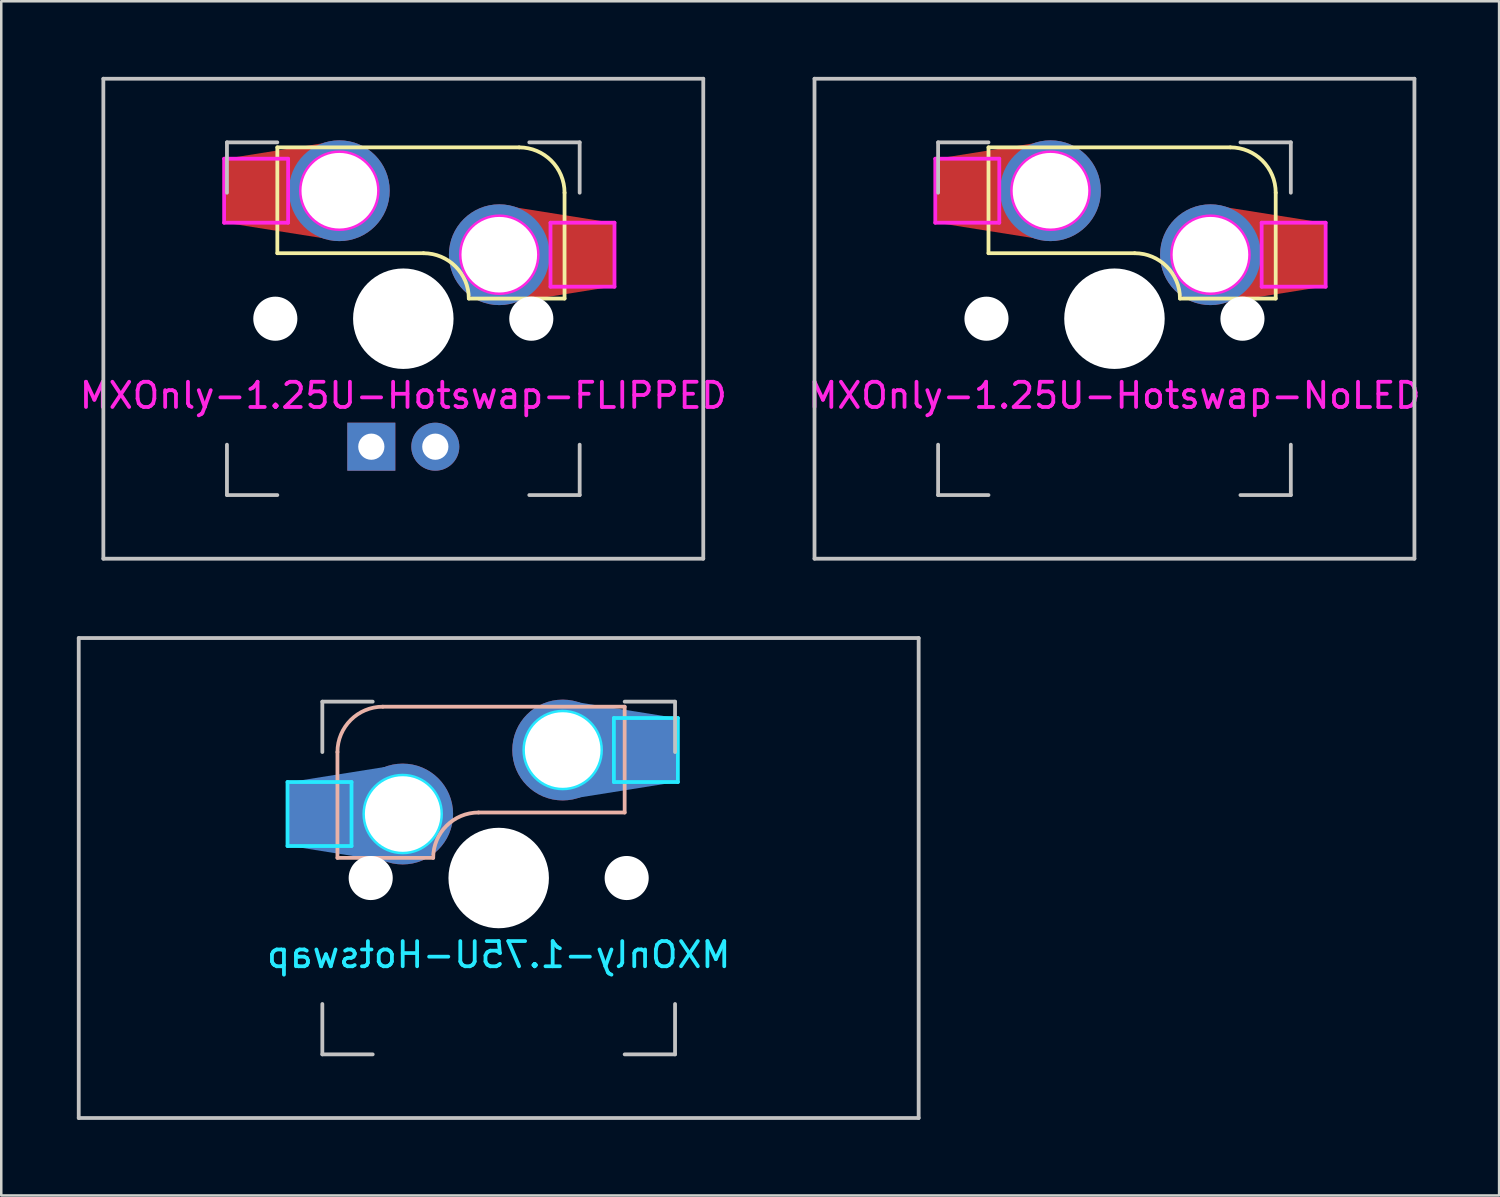
<source format=kicad_pcb>
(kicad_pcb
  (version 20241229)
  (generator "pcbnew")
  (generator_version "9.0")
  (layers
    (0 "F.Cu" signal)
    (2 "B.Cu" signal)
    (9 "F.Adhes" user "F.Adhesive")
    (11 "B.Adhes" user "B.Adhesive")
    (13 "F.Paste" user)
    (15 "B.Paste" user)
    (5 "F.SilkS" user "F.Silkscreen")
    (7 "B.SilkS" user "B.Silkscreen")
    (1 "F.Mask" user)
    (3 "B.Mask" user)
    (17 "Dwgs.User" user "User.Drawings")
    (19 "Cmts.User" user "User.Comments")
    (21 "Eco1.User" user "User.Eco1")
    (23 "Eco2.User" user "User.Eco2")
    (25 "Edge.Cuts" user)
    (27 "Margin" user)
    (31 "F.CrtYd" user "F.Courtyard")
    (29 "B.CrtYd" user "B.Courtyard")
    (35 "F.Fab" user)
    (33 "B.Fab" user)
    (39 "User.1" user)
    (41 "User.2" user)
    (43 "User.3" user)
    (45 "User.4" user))
  (footprint "MXOnly-1.75U-Hotswap"
    (layer "F.Cu")
    (at 16.744 31.8)
    (property "Reference" "MXOnly-1.75U-Hotswap" (at 0 3.048 0) (layer "B.CrtYd") (effects (font (size 1 1) (thickness 0.15)) (justify mirror)))
    (attr smd)
    (fp_line (start -6.4 -5) (end -6.4 -0.8) (stroke (width 0.15) (type solid)) (layer "B.SilkS"))
    (fp_line (start -6.4 -0.8) (end -2.6 -0.8) (stroke (width 0.15) (type solid)) (layer "B.SilkS"))
    (fp_line (start -0.8 -2.6) (end 5 -2.6) (stroke (width 0.15) (type solid)) (layer "B.SilkS"))
    (fp_line (start 5 -6.8) (end -4.6 -6.8) (stroke (width 0.15) (type solid)) (layer "B.SilkS"))
    (fp_line (start 5 -2.6) (end 5 -6.8) (stroke (width 0.15) (type solid)) (layer "B.SilkS"))
    (fp_arc (start -6.4 -5) (mid -5.872792 -6.272792) (end -4.6 -6.8) (stroke (width 0.15) (type solid)) (layer "B.SilkS"))
    (fp_arc (start -2.6 -0.8) (mid -2.072792 -2.072792) (end -0.8 -2.6) (stroke (width 0.15) (type solid)) (layer "B.SilkS"))
    (fp_line (start -16.669 -9.525) (end 16.669 -9.525) (stroke (width 0.15) (type solid)) (layer "Dwgs.User"))
    (fp_line (start -16.669 9.525) (end -16.669 -9.525) (stroke (width 0.15) (type solid)) (layer "Dwgs.User"))
    (fp_line (start -7 -7) (end -7 -5) (stroke (width 0.15) (type solid)) (layer "Dwgs.User"))
    (fp_line (start -7 5) (end -7 7) (stroke (width 0.15) (type solid)) (layer "Dwgs.User"))
    (fp_line (start -7 7) (end -5 7) (stroke (width 0.15) (type solid)) (layer "Dwgs.User"))
    (fp_line (start -5 -7) (end -7 -7) (stroke (width 0.15) (type solid)) (layer "Dwgs.User"))
    (fp_line (start 5 -7) (end 7 -7) (stroke (width 0.15) (type solid)) (layer "Dwgs.User"))
    (fp_line (start 5 7) (end 7 7) (stroke (width 0.15) (type solid)) (layer "Dwgs.User"))
    (fp_line (start 7 -7) (end 7 -5) (stroke (width 0.15) (type solid)) (layer "Dwgs.User"))
    (fp_line (start 7 7) (end 7 5) (stroke (width 0.15) (type solid)) (layer "Dwgs.User"))
    (fp_line (start 16.669 -9.525) (end 16.669 9.525) (stroke (width 0.15) (type solid)) (layer "Dwgs.User"))
    (fp_line (start 16.669 9.525) (end -16.669 9.525) (stroke (width 0.15) (type solid)) (layer "Dwgs.User"))
    (fp_line (start -8.382 -3.81) (end -5.842 -3.81) (stroke (width 0.15) (type solid)) (layer "B.CrtYd"))
    (fp_line (start -8.382 -1.27) (end -8.382 -3.81) (stroke (width 0.15) (type solid)) (layer "B.CrtYd"))
    (fp_line (start -5.842 -3.81) (end -5.842 -1.27) (stroke (width 0.15) (type solid)) (layer "B.CrtYd"))
    (fp_line (start -5.842 -1.27) (end -8.382 -1.27) (stroke (width 0.15) (type solid)) (layer "B.CrtYd"))
    (fp_line (start 4.572 -6.35) (end 7.112 -6.35) (stroke (width 0.15) (type solid)) (layer "B.CrtYd"))
    (fp_line (start 4.572 -3.81) (end 4.572 -6.35) (stroke (width 0.15) (type solid)) (layer "B.CrtYd"))
    (fp_line (start 7.112 -6.35) (end 7.112 -3.81) (stroke (width 0.15) (type solid)) (layer "B.CrtYd"))
    (fp_line (start 7.112 -3.81) (end 4.572 -3.81) (stroke (width 0.15) (type solid)) (layer "B.CrtYd"))
    (fp_circle (center -3.81 -2.54) (end -3.81 -4.064) (stroke (width 0.15) (type solid)) (fill no) (layer "B.CrtYd"))
    (fp_circle (center 2.54 -5.08) (end 2.54 -6.604) (stroke (width 0.15) (type solid)) (fill no) (layer "B.CrtYd"))
    (pad "" np_thru_hole circle (at -5.08 0 48.1) (size 1.75 1.75) (drill 1.75) (layers "*.Cu" "*.Mask"))
    (pad "" np_thru_hole circle (at 0 0) (size 3.988 3.988) (drill 3.988) (layers "*.Cu" "*.Mask"))
    (pad "" np_thru_hole circle (at 5.08 0 48.1) (size 1.75 1.75) (drill 1.75) (layers "*.Cu" "*.Mask"))
    (pad "1" smd custom (at -7.085 -2.54) (size 2.55 2.5) (layers "B.Cu" "B.Mask" "B.Paste") (options (anchor rect)) (primitives (gr_poly (pts (xy -1.195 -1.219) (xy 3.275 -1.93) (xy 3.275 1.93) (xy -1.195 1.219)) (width 0.1) (fill yes))))
    (pad "1" thru_hole circle (at -3.81 -2.54) (size 4 4) (drill 3) (layers "*.Cu" "B.Mask"))
    (pad "2" thru_hole circle (at 2.54 -5.08) (size 4 4) (drill 3) (layers "*.Cu" "B.Mask"))
    (pad "2" smd custom (at 5.842 -5.08) (size 2.55 2.5) (layers "B.Cu" "B.Mask" "B.Paste") (options (anchor rect)) (primitives (gr_poly (pts (xy 1.219 1.219) (xy -3.251 1.93) (xy -3.251 -1.93) (xy 1.219 -1.219)) (width 0.1) (fill yes)))))
  (footprint "MXOnly-1.25U-Hotswap-FLIPPED"
    (layer "F.Cu")
    (at 12.958 9.6)
    (property "Reference" "MXOnly-1.25U-Hotswap-FLIPPED" (at 0 3.048 180) (layer "F.CrtYd") (effects (font (size 1 1) (thickness 0.15))))
    (attr smd)
    (fp_line (start -5 -6.8) (end 4.6 -6.8) (stroke (width 0.15) (type solid)) (layer "F.SilkS"))
    (fp_line (start -5 -2.6) (end -5 -6.8) (stroke (width 0.15) (type solid)) (layer "F.SilkS"))
    (fp_line (start 0.8 -2.6) (end -5 -2.6) (stroke (width 0.15) (type solid)) (layer "F.SilkS"))
    (fp_line (start 6.4 -5) (end 6.4 -0.8) (stroke (width 0.15) (type solid)) (layer "F.SilkS"))
    (fp_line (start 6.4 -0.8) (end 2.6 -0.8) (stroke (width 0.15) (type solid)) (layer "F.SilkS"))
    (fp_arc (start 0.8 -2.6) (mid 2.072792 -2.072792) (end 2.6 -0.8) (stroke (width 0.15) (type solid)) (layer "F.SilkS"))
    (fp_arc (start 4.6 -6.8) (mid 5.872792 -6.272792) (end 6.4 -5) (stroke (width 0.15) (type solid)) (layer "F.SilkS"))
    (fp_poly (pts (xy -5.08 -3.493) (xy -7.112 -3.81) (xy -7.112 -6.35) (xy -5.08 -6.668)) (stroke (width 0.1) (type solid)) (fill yes) (layer "F.Paste"))
    (fp_poly (pts (xy 6.477 -4.064) (xy 8.509 -3.747) (xy 8.509 -1.206) (xy 6.477 -0.889)) (stroke (width 0.1) (type solid)) (fill yes) (layer "F.Paste"))
    (fp_line (start -11.906 -9.525) (end -11.906 9.525) (stroke (width 0.15) (type solid)) (layer "Dwgs.User"))
    (fp_line (start -11.906 9.525) (end 11.906 9.525) (stroke (width 0.15) (type solid)) (layer "Dwgs.User"))
    (fp_line (start -7 -7) (end -7 -5) (stroke (width 0.15) (type solid)) (layer "Dwgs.User"))
    (fp_line (start -7 7) (end -7 5) (stroke (width 0.15) (type solid)) (layer "Dwgs.User"))
    (fp_line (start -5 -7) (end -7 -7) (stroke (width 0.15) (type solid)) (layer "Dwgs.User"))
    (fp_line (start -5 7) (end -7 7) (stroke (width 0.15) (type solid)) (layer "Dwgs.User"))
    (fp_line (start 5 -7) (end 7 -7) (stroke (width 0.15) (type solid)) (layer "Dwgs.User"))
    (fp_line (start 7 -7) (end 7 -5) (stroke (width 0.15) (type solid)) (layer "Dwgs.User"))
    (fp_line (start 7 5) (end 7 7) (stroke (width 0.15) (type solid)) (layer "Dwgs.User"))
    (fp_line (start 7 7) (end 5 7) (stroke (width 0.15) (type solid)) (layer "Dwgs.User"))
    (fp_line (start 11.906 -9.525) (end -11.906 -9.525) (stroke (width 0.15) (type solid)) (layer "Dwgs.User"))
    (fp_line (start 11.906 9.525) (end 11.906 -9.525) (stroke (width 0.15) (type solid)) (layer "Dwgs.User"))
    (fp_line (start -7.112 -6.35) (end -7.112 -3.81) (stroke (width 0.15) (type solid)) (layer "F.CrtYd"))
    (fp_line (start -7.112 -3.81) (end -4.572 -3.81) (stroke (width 0.15) (type solid)) (layer "F.CrtYd"))
    (fp_line (start -4.572 -6.35) (end -7.112 -6.35) (stroke (width 0.15) (type solid)) (layer "F.CrtYd"))
    (fp_line (start -4.572 -3.81) (end -4.572 -6.35) (stroke (width 0.15) (type solid)) (layer "F.CrtYd"))
    (fp_line (start 5.842 -3.81) (end 5.842 -1.27) (stroke (width 0.15) (type solid)) (layer "F.CrtYd"))
    (fp_line (start 5.842 -1.27) (end 8.382 -1.27) (stroke (width 0.15) (type solid)) (layer "F.CrtYd"))
    (fp_line (start 8.382 -3.81) (end 5.842 -3.81) (stroke (width 0.15) (type solid)) (layer "F.CrtYd"))
    (fp_line (start 8.382 -1.27) (end 8.382 -3.81) (stroke (width 0.15) (type solid)) (layer "F.CrtYd"))
    (fp_circle (center -2.54 -5.08) (end -2.54 -6.604) (stroke (width 0.15) (type solid)) (fill no) (layer "F.CrtYd"))
    (fp_circle (center 3.81 -2.54) (end 3.81 -4.064) (stroke (width 0.15) (type solid)) (fill no) (layer "F.CrtYd"))
    (pad "" np_thru_hole circle (at -5.08 0 131.9) (size 1.75 1.75) (drill 1.75) (layers "*.Cu" "*.Mask"))
    (pad "" np_thru_hole circle (at 0 0 180) (size 3.988 3.988) (drill 3.988) (layers "*.Cu" "*.Mask"))
    (pad "" np_thru_hole circle (at 5.08 0 131.9) (size 1.75 1.75) (drill 1.75) (layers "*.Cu" "*.Mask"))
    (pad "1" thru_hole circle (at 3.81 -2.54 180) (size 4 4) (drill 3) (layers "*.Cu" "F.Mask"))
    (pad "1" smd custom (at 7.085 -2.54 180) (size 2.55 2.5) (layers "F.Cu" "F.Mask") (options (anchor rect)) (primitives (gr_poly (pts (xy -1.195 1.219) (xy 3.275 1.93) (xy 3.275 -1.93) (xy -1.195 -1.219)) (width 0.1) (fill yes))))
    (pad "2" smd custom (at -5.841 -5.08 180) (size 2.55 2.5) (layers "F.Cu" "F.Mask") (options (anchor rect)) (primitives (gr_poly (pts (xy 1.219 -1.219) (xy -3.251 -1.93) (xy -3.251 1.93) (xy 1.219 1.219)) (width 0.1) (fill yes))))
    (pad "2" thru_hole circle (at -2.54 -5.08 180) (size 4 4) (drill 3) (layers "*.Cu" "F.Mask"))
    (pad "3" thru_hole circle (at 1.27 5.08) (size 1.905 1.905) (drill 1.04) (layers "*.Cu" "B.Mask"))
    (pad "4" thru_hole rect (at -1.27 5.08) (size 1.905 1.905) (drill 1.04) (layers "*.Cu" "B.Mask")))
  (footprint "MXOnly-1.25U-Hotswap-NoLED"
    (layer "F.Cu")
    (at 41.185 9.6)
    (property "Reference" "MXOnly-1.25U-Hotswap-NoLED" (at 0 3.048 180) (layer "F.CrtYd") (effects (font (size 1 1) (thickness 0.15))))
    (attr smd)
    (fp_line (start -5 -6.8) (end 4.6 -6.8) (stroke (width 0.15) (type solid)) (layer "F.SilkS"))
    (fp_line (start -5 -2.6) (end -5 -6.8) (stroke (width 0.15) (type solid)) (layer "F.SilkS"))
    (fp_line (start 0.8 -2.6) (end -5 -2.6) (stroke (width 0.15) (type solid)) (layer "F.SilkS"))
    (fp_line (start 6.4 -5) (end 6.4 -0.8) (stroke (width 0.15) (type solid)) (layer "F.SilkS"))
    (fp_line (start 6.4 -0.8) (end 2.6 -0.8) (stroke (width 0.15) (type solid)) (layer "F.SilkS"))
    (fp_arc (start 0.8 -2.6) (mid 2.072792 -2.072792) (end 2.6 -0.8) (stroke (width 0.15) (type solid)) (layer "F.SilkS"))
    (fp_arc (start 4.6 -6.8) (mid 5.872792 -6.272792) (end 6.4 -5) (stroke (width 0.15) (type solid)) (layer "F.SilkS"))
    (fp_poly (pts (xy -5.08 -3.493) (xy -7.112 -3.81) (xy -7.112 -6.35) (xy -5.08 -6.668)) (stroke (width 0.1) (type solid)) (fill yes) (layer "F.Paste"))
    (fp_poly (pts (xy 6.477 -4.064) (xy 8.509 -3.747) (xy 8.509 -1.206) (xy 6.477 -0.889)) (stroke (width 0.1) (type solid)) (fill yes) (layer "F.Paste"))
    (fp_line (start -11.906 -9.525) (end -11.906 9.525) (stroke (width 0.15) (type solid)) (layer "Dwgs.User"))
    (fp_line (start -11.906 9.525) (end 11.906 9.525) (stroke (width 0.15) (type solid)) (layer "Dwgs.User"))
    (fp_line (start -7 -7) (end -7 -5) (stroke (width 0.15) (type solid)) (layer "Dwgs.User"))
    (fp_line (start -7 7) (end -7 5) (stroke (width 0.15) (type solid)) (layer "Dwgs.User"))
    (fp_line (start -5 -7) (end -7 -7) (stroke (width 0.15) (type solid)) (layer "Dwgs.User"))
    (fp_line (start -5 7) (end -7 7) (stroke (width 0.15) (type solid)) (layer "Dwgs.User"))
    (fp_line (start 5 -7) (end 7 -7) (stroke (width 0.15) (type solid)) (layer "Dwgs.User"))
    (fp_line (start 7 -7) (end 7 -5) (stroke (width 0.15) (type solid)) (layer "Dwgs.User"))
    (fp_line (start 7 5) (end 7 7) (stroke (width 0.15) (type solid)) (layer "Dwgs.User"))
    (fp_line (start 7 7) (end 5 7) (stroke (width 0.15) (type solid)) (layer "Dwgs.User"))
    (fp_line (start 11.906 -9.525) (end -11.906 -9.525) (stroke (width 0.15) (type solid)) (layer "Dwgs.User"))
    (fp_line (start 11.906 9.525) (end 11.906 -9.525) (stroke (width 0.15) (type solid)) (layer "Dwgs.User"))
    (fp_line (start -7.112 -6.35) (end -7.112 -3.81) (stroke (width 0.15) (type solid)) (layer "F.CrtYd"))
    (fp_line (start -7.112 -3.81) (end -4.572 -3.81) (stroke (width 0.15) (type solid)) (layer "F.CrtYd"))
    (fp_line (start -4.572 -6.35) (end -7.112 -6.35) (stroke (width 0.15) (type solid)) (layer "F.CrtYd"))
    (fp_line (start -4.572 -3.81) (end -4.572 -6.35) (stroke (width 0.15) (type solid)) (layer "F.CrtYd"))
    (fp_line (start 5.842 -3.81) (end 5.842 -1.27) (stroke (width 0.15) (type solid)) (layer "F.CrtYd"))
    (fp_line (start 5.842 -1.27) (end 8.382 -1.27) (stroke (width 0.15) (type solid)) (layer "F.CrtYd"))
    (fp_line (start 8.382 -3.81) (end 5.842 -3.81) (stroke (width 0.15) (type solid)) (layer "F.CrtYd"))
    (fp_line (start 8.382 -1.27) (end 8.382 -3.81) (stroke (width 0.15) (type solid)) (layer "F.CrtYd"))
    (fp_circle (center -2.54 -5.08) (end -2.54 -6.604) (stroke (width 0.15) (type solid)) (fill no) (layer "F.CrtYd"))
    (fp_circle (center 3.81 -2.54) (end 3.81 -4.064) (stroke (width 0.15) (type solid)) (fill no) (layer "F.CrtYd"))
    (pad "" np_thru_hole circle (at -5.08 0 131.9) (size 1.75 1.75) (drill 1.75) (layers "*.Cu" "*.Mask"))
    (pad "" np_thru_hole circle (at 0 0 180) (size 3.988 3.988) (drill 3.988) (layers "*.Cu" "*.Mask"))
    (pad "" np_thru_hole circle (at 5.08 0 131.9) (size 1.75 1.75) (drill 1.75) (layers "*.Cu" "*.Mask"))
    (pad "1" thru_hole circle (at 3.81 -2.54 180) (size 4 4) (drill 3) (layers "*.Cu" "F.Mask"))
    (pad "1" smd custom (at 7.085 -2.54 180) (size 2.55 2.5) (layers "F.Cu" "F.Mask") (options (anchor rect)) (primitives (gr_poly (pts (xy -1.195 1.219) (xy 3.275 1.93) (xy 3.275 -1.93) (xy -1.195 -1.219)) (width 0.1) (fill yes))))
    (pad "2" smd custom (at -5.841 -5.08 180) (size 2.55 2.5) (layers "F.Cu" "F.Mask") (options (anchor rect)) (primitives (gr_poly (pts (xy 1.219 -1.219) (xy -3.251 -1.93) (xy -3.251 1.93) (xy 1.219 1.219)) (width 0.1) (fill yes))))
    (pad "2" thru_hole circle (at -2.54 -5.08 180) (size 4 4) (drill 3) (layers "*.Cu" "F.Mask")))
  (gr_rect
    (start -3 -3)
    (end 56.452 44.4)
    (stroke (width 0.1) (type default))
    (fill no)
    (layer "Edge.Cuts")))
</source>
